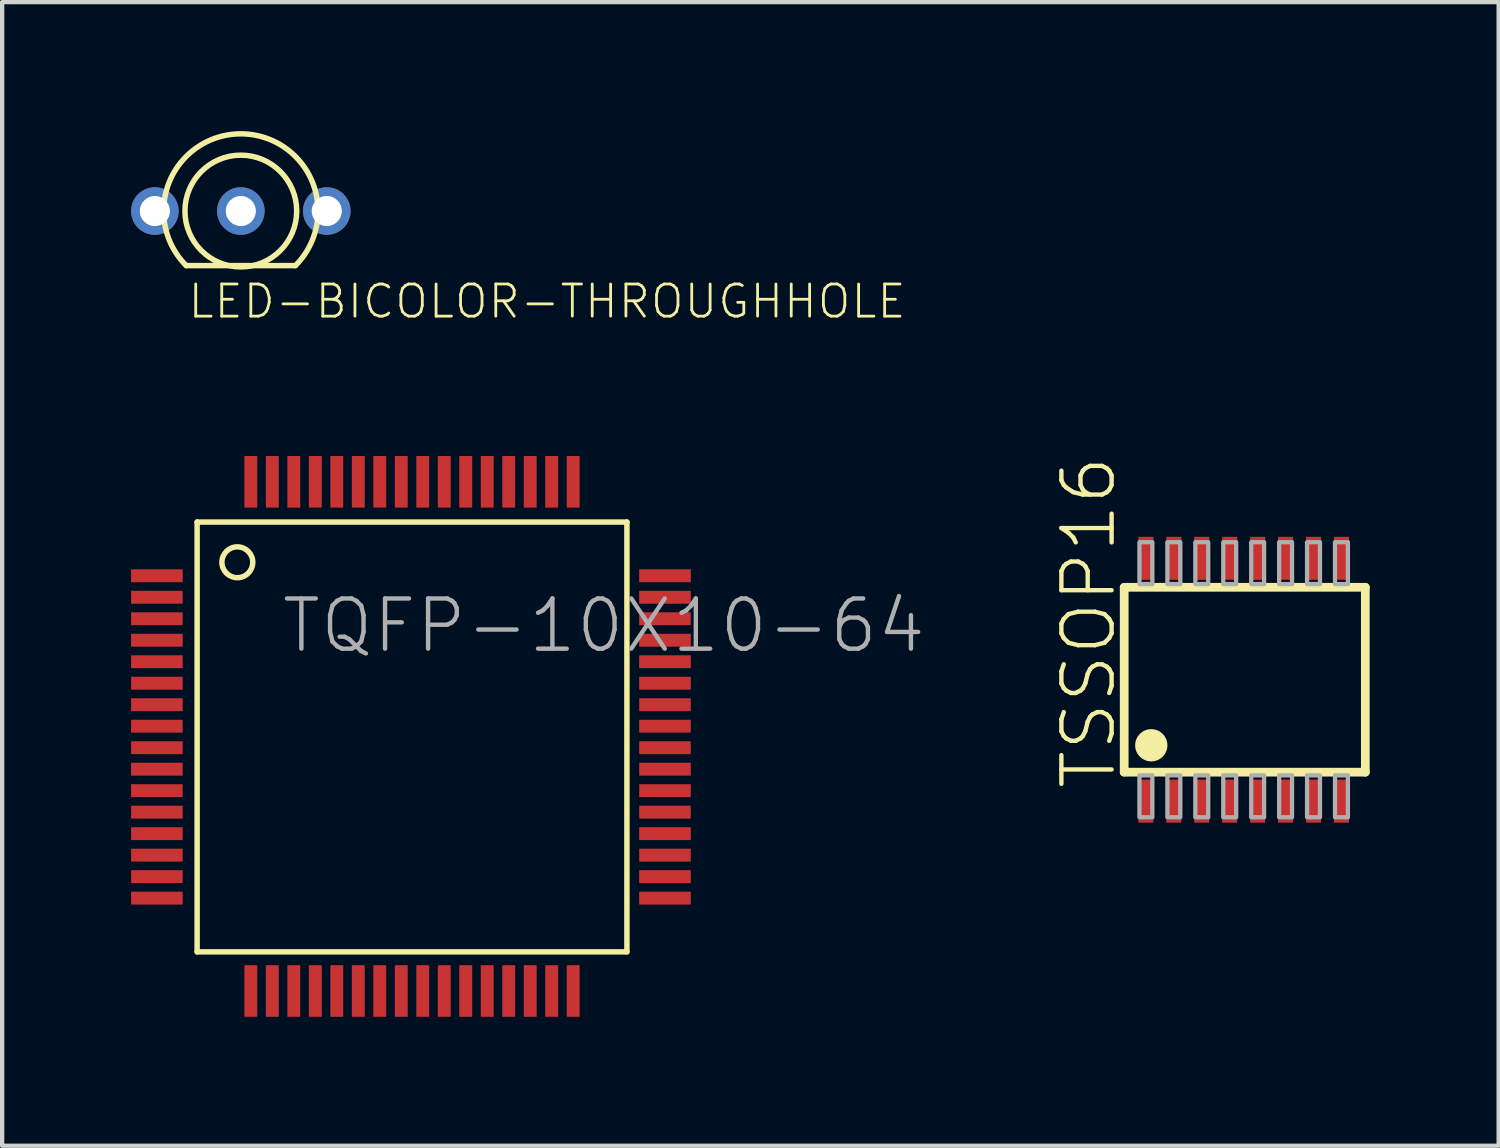
<source format=kicad_pcb>
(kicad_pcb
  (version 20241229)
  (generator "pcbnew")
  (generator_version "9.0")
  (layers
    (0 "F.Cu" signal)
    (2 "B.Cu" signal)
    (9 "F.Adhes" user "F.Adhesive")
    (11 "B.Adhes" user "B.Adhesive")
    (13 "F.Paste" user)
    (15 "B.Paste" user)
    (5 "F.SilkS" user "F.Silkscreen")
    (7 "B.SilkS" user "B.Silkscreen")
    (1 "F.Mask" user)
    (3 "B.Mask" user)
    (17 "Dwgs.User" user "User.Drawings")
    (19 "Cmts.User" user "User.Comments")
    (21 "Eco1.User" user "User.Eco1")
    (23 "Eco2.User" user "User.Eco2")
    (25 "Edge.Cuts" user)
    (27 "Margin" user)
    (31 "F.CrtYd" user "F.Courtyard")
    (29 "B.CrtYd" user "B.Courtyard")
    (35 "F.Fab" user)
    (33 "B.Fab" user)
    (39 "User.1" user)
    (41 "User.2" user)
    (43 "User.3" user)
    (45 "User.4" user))
  (footprint "LED-BICOLOR-THROUGHHOLE"
    (layer "F.Cu")
    (at 2.553 1.86)
    (property "Reference" "LED-BICOLOR-THROUGHHOLE" (at -1.27 2.54 0) (unlocked yes) (layer "F.SilkS") (effects (font (size 0.748 0.748) (thickness 0.065)) (justify left bottom)))
    (fp_line (start -1.27 1.27) (end 1.27 1.27) (stroke (width 0.127) (type solid)) (layer "F.SilkS"))
    (fp_arc (start -1.27 1.27) (mid 0 -1.796051) (end 1.27 1.27) (stroke (width 0.127) (type solid)) (layer "F.SilkS"))
    (fp_circle (center 0 0) (end 1.3 0) (stroke (width 0.127) (type solid)) (fill no) (layer "F.SilkS"))
    (pad "1" thru_hole circle (at -2 0) (size 1.106 1.106) (drill 0.7) (layers "*.Cu" "*.Mask"))
    (pad "2" thru_hole circle (at 0 0) (size 1.106 1.106) (drill 0.7) (layers "*.Cu" "*.Mask"))
    (pad "3" thru_hole circle (at 2 0) (size 1.106 1.106) (drill 0.7) (layers "*.Cu" "*.Mask")))
  (footprint "TSSOP16"
    (layer "F.Cu")
    (at 25.561 12.765)
    (property "Reference" "TSSOP16" (at -2.6 2.6 90) (unlocked yes) (layer "F.SilkS") (effects (font (size 1.168 1.168) (thickness 0.102)) (justify left bottom)))
    (fp_line (start -2.455 -2.15) (end 3.155 -2.15) (stroke (width 0.203) (type solid)) (layer "F.SilkS"))
    (fp_line (start -2.455 2.15) (end -2.455 -2.15) (stroke (width 0.203) (type solid)) (layer "F.SilkS"))
    (fp_line (start 3.155 -2.15) (end 3.155 2.15) (stroke (width 0.203) (type solid)) (layer "F.SilkS"))
    (fp_line (start 3.155 2.15) (end -2.455 2.15) (stroke (width 0.203) (type solid)) (layer "F.SilkS"))
    (fp_circle (center -1.825 1.525) (end -1.637 1.525) (stroke (width 0.375) (type solid)) (fill yes) (layer "F.SilkS"))
    (fp_poly (pts (xy -2.1 3.2) (xy -1.8 3.2) (xy -1.8 2.225) (xy -2.1 2.225)) (stroke (width 0.1) (type default)) (fill no) (layer "F.Fab"))
    (fp_poly (pts (xy -1.8 -3.2) (xy -2.1 -3.2) (xy -2.1 -2.225) (xy -1.8 -2.225)) (stroke (width 0.1) (type default)) (fill no) (layer "F.Fab"))
    (fp_poly (pts (xy -1.45 3.2) (xy -1.15 3.2) (xy -1.15 2.225) (xy -1.45 2.225)) (stroke (width 0.1) (type default)) (fill no) (layer "F.Fab"))
    (fp_poly (pts (xy -1.15 -3.2) (xy -1.45 -3.2) (xy -1.45 -2.225) (xy -1.15 -2.225)) (stroke (width 0.1) (type default)) (fill no) (layer "F.Fab"))
    (fp_poly (pts (xy -0.8 3.2) (xy -0.5 3.2) (xy -0.5 2.225) (xy -0.8 2.225)) (stroke (width 0.1) (type default)) (fill no) (layer "F.Fab"))
    (fp_poly (pts (xy -0.5 -3.2) (xy -0.8 -3.2) (xy -0.8 -2.225) (xy -0.5 -2.225)) (stroke (width 0.1) (type default)) (fill no) (layer "F.Fab"))
    (fp_poly (pts (xy -0.15 3.2) (xy 0.15 3.2) (xy 0.15 2.225) (xy -0.15 2.225)) (stroke (width 0.1) (type default)) (fill no) (layer "F.Fab"))
    (fp_poly (pts (xy 0.15 -3.2) (xy -0.15 -3.2) (xy -0.15 -2.225) (xy 0.15 -2.225)) (stroke (width 0.1) (type default)) (fill no) (layer "F.Fab"))
    (fp_poly (pts (xy 0.5 3.2) (xy 0.8 3.2) (xy 0.8 2.225) (xy 0.5 2.225)) (stroke (width 0.1) (type default)) (fill no) (layer "F.Fab"))
    (fp_poly (pts (xy 0.8 -3.2) (xy 0.5 -3.2) (xy 0.5 -2.225) (xy 0.8 -2.225)) (stroke (width 0.1) (type default)) (fill no) (layer "F.Fab"))
    (fp_poly (pts (xy 1.15 3.2) (xy 1.45 3.2) (xy 1.45 2.225) (xy 1.15 2.225)) (stroke (width 0.1) (type default)) (fill no) (layer "F.Fab"))
    (fp_poly (pts (xy 1.45 -3.2) (xy 1.15 -3.2) (xy 1.15 -2.225) (xy 1.45 -2.225)) (stroke (width 0.1) (type default)) (fill no) (layer "F.Fab"))
    (fp_poly (pts (xy 1.8 3.2) (xy 2.1 3.2) (xy 2.1 2.225) (xy 1.8 2.225)) (stroke (width 0.1) (type default)) (fill no) (layer "F.Fab"))
    (fp_poly (pts (xy 2.1 -3.2) (xy 1.8 -3.2) (xy 1.8 -2.225) (xy 2.1 -2.225)) (stroke (width 0.1) (type default)) (fill no) (layer "F.Fab"))
    (fp_poly (pts (xy 2.45 3.2) (xy 2.75 3.2) (xy 2.75 2.225) (xy 2.45 2.225)) (stroke (width 0.1) (type default)) (fill no) (layer "F.Fab"))
    (fp_poly (pts (xy 2.75 -3.2) (xy 2.45 -3.2) (xy 2.45 -2.225) (xy 2.75 -2.225)) (stroke (width 0.1) (type default)) (fill no) (layer "F.Fab"))
    (pad "1" smd rect (at -1.95 2.825) (size 0.35 1) (layers "F.Cu" "F.Mask" "F.Paste"))
    (pad "2" smd rect (at -1.3 2.825) (size 0.35 1) (layers "F.Cu" "F.Mask" "F.Paste"))
    (pad "3" smd rect (at -0.65 2.825) (size 0.35 1) (layers "F.Cu" "F.Mask" "F.Paste"))
    (pad "4" smd rect (at 0 2.825) (size 0.35 1) (layers "F.Cu" "F.Mask" "F.Paste"))
    (pad "5" smd rect (at 0.65 2.825) (size 0.35 1) (layers "F.Cu" "F.Mask" "F.Paste"))
    (pad "6" smd rect (at 1.3 2.825) (size 0.35 1) (layers "F.Cu" "F.Mask" "F.Paste"))
    (pad "7" smd rect (at 1.95 2.825) (size 0.35 1) (layers "F.Cu" "F.Mask" "F.Paste"))
    (pad "8" smd rect (at 2.6 2.825) (size 0.35 1) (layers "F.Cu" "F.Mask" "F.Paste"))
    (pad "9" smd rect (at 2.6 -2.825 180) (size 0.35 1) (layers "F.Cu" "F.Mask" "F.Paste"))
    (pad "10" smd rect (at 1.95 -2.825 180) (size 0.35 1) (layers "F.Cu" "F.Mask" "F.Paste"))
    (pad "11" smd rect (at 1.3 -2.825 180) (size 0.35 1) (layers "F.Cu" "F.Mask" "F.Paste"))
    (pad "12" smd rect (at 0.65 -2.825 180) (size 0.35 1) (layers "F.Cu" "F.Mask" "F.Paste"))
    (pad "13" smd rect (at 0 -2.825 180) (size 0.35 1) (layers "F.Cu" "F.Mask" "F.Paste"))
    (pad "14" smd rect (at -0.65 -2.825 180) (size 0.35 1) (layers "F.Cu" "F.Mask" "F.Paste"))
    (pad "15" smd rect (at -1.3 -2.825 180) (size 0.35 1) (layers "F.Cu" "F.Mask" "F.Paste"))
    (pad "16" smd rect (at -1.95 -2.825 180) (size 0.35 1) (layers "F.Cu" "F.Mask" "F.Paste")))
  (footprint "TQFP-10X10-64"
    (layer "F.Cu")
    (at 6.536 14.096)
    (property "Reference" "TQFP-10X10-64" (at -3.086 -1.906 0) (unlocked yes) (layer "F.Fab") (effects (font (size 1.168 1.168) (thickness 0.102)) (justify left bottom)))
    (fp_line (start -5 -5) (end -5 5) (stroke (width 0.127) (type solid)) (layer "F.SilkS"))
    (fp_line (start -5 5) (end 5 5) (stroke (width 0.127) (type solid)) (layer "F.SilkS"))
    (fp_line (start 5 -5) (end -5 -5) (stroke (width 0.127) (type solid)) (layer "F.SilkS"))
    (fp_line (start 5 5) (end 5 -5) (stroke (width 0.127) (type solid)) (layer "F.SilkS"))
    (fp_circle (center -4.064 -4.064) (end -3.705 -4.064) (stroke (width 0.127) (type solid)) (fill no) (layer "F.SilkS"))
    (pad "1" smd rect (at -5.936 -3.75 270) (size 0.3 1.2) (layers "F.Cu" "F.Mask" "F.Paste"))
    (pad "2" smd rect (at -5.936 -3.25 270) (size 0.3 1.2) (layers "F.Cu" "F.Mask" "F.Paste"))
    (pad "3" smd rect (at -5.936 -2.75 270) (size 0.3 1.2) (layers "F.Cu" "F.Mask" "F.Paste"))
    (pad "4" smd rect (at -5.936 -2.25 270) (size 0.3 1.2) (layers "F.Cu" "F.Mask" "F.Paste"))
    (pad "5" smd rect (at -5.936 -1.75 270) (size 0.3 1.2) (layers "F.Cu" "F.Mask" "F.Paste"))
    (pad "6" smd rect (at -5.936 -1.25 270) (size 0.3 1.2) (layers "F.Cu" "F.Mask" "F.Paste"))
    (pad "7" smd rect (at -5.936 -0.75 270) (size 0.3 1.2) (layers "F.Cu" "F.Mask" "F.Paste"))
    (pad "8" smd rect (at -5.936 -0.25 270) (size 0.3 1.2) (layers "F.Cu" "F.Mask" "F.Paste"))
    (pad "9" smd rect (at -5.936 0.25 270) (size 0.3 1.2) (layers "F.Cu" "F.Mask" "F.Paste"))
    (pad "10" smd rect (at -5.936 0.75 270) (size 0.3 1.2) (layers "F.Cu" "F.Mask" "F.Paste"))
    (pad "11" smd rect (at -5.936 1.25 270) (size 0.3 1.2) (layers "F.Cu" "F.Mask" "F.Paste"))
    (pad "12" smd rect (at -5.936 1.75 270) (size 0.3 1.2) (layers "F.Cu" "F.Mask" "F.Paste"))
    (pad "13" smd rect (at -5.936 2.25 270) (size 0.3 1.2) (layers "F.Cu" "F.Mask" "F.Paste"))
    (pad "14" smd rect (at -5.936 2.75 270) (size 0.3 1.2) (layers "F.Cu" "F.Mask" "F.Paste"))
    (pad "15" smd rect (at -5.936 3.25 270) (size 0.3 1.2) (layers "F.Cu" "F.Mask" "F.Paste"))
    (pad "16" smd rect (at -5.936 3.75 270) (size 0.3 1.2) (layers "F.Cu" "F.Mask" "F.Paste"))
    (pad "17" smd rect (at -3.75 5.911) (size 0.3 1.2) (layers "F.Cu" "F.Mask" "F.Paste"))
    (pad "18" smd rect (at -3.25 5.911) (size 0.3 1.2) (layers "F.Cu" "F.Mask" "F.Paste"))
    (pad "19" smd rect (at -2.75 5.911) (size 0.3 1.2) (layers "F.Cu" "F.Mask" "F.Paste"))
    (pad "20" smd rect (at -2.25 5.911) (size 0.3 1.2) (layers "F.Cu" "F.Mask" "F.Paste"))
    (pad "21" smd rect (at -1.75 5.911) (size 0.3 1.2) (layers "F.Cu" "F.Mask" "F.Paste"))
    (pad "22" smd rect (at -1.25 5.911) (size 0.3 1.2) (layers "F.Cu" "F.Mask" "F.Paste"))
    (pad "23" smd rect (at -0.75 5.911) (size 0.3 1.2) (layers "F.Cu" "F.Mask" "F.Paste"))
    (pad "24" smd rect (at -0.25 5.911) (size 0.3 1.2) (layers "F.Cu" "F.Mask" "F.Paste"))
    (pad "25" smd rect (at 0.25 5.911) (size 0.3 1.2) (layers "F.Cu" "F.Mask" "F.Paste"))
    (pad "26" smd rect (at 0.75 5.911) (size 0.3 1.2) (layers "F.Cu" "F.Mask" "F.Paste"))
    (pad "27" smd rect (at 1.25 5.911) (size 0.3 1.2) (layers "F.Cu" "F.Mask" "F.Paste"))
    (pad "28" smd rect (at 1.75 5.911) (size 0.3 1.2) (layers "F.Cu" "F.Mask" "F.Paste"))
    (pad "29" smd rect (at 2.25 5.911) (size 0.3 1.2) (layers "F.Cu" "F.Mask" "F.Paste"))
    (pad "30" smd rect (at 2.75 5.911) (size 0.3 1.2) (layers "F.Cu" "F.Mask" "F.Paste"))
    (pad "31" smd rect (at 3.25 5.911) (size 0.3 1.2) (layers "F.Cu" "F.Mask" "F.Paste"))
    (pad "32" smd rect (at 3.75 5.911) (size 0.3 1.2) (layers "F.Cu" "F.Mask" "F.Paste"))
    (pad "33" smd rect (at 5.886 3.75 90) (size 0.3 1.2) (layers "F.Cu" "F.Mask" "F.Paste"))
    (pad "34" smd rect (at 5.886 3.25 90) (size 0.3 1.2) (layers "F.Cu" "F.Mask" "F.Paste"))
    (pad "35" smd rect (at 5.886 2.75 90) (size 0.3 1.2) (layers "F.Cu" "F.Mask" "F.Paste"))
    (pad "36" smd rect (at 5.886 2.25 90) (size 0.3 1.2) (layers "F.Cu" "F.Mask" "F.Paste"))
    (pad "37" smd rect (at 5.886 1.75 90) (size 0.3 1.2) (layers "F.Cu" "F.Mask" "F.Paste"))
    (pad "38" smd rect (at 5.886 1.25 90) (size 0.3 1.2) (layers "F.Cu" "F.Mask" "F.Paste"))
    (pad "39" smd rect (at 5.886 0.75 90) (size 0.3 1.2) (layers "F.Cu" "F.Mask" "F.Paste"))
    (pad "40" smd rect (at 5.886 0.25 90) (size 0.3 1.2) (layers "F.Cu" "F.Mask" "F.Paste"))
    (pad "41" smd rect (at 5.886 -0.25 90) (size 0.3 1.2) (layers "F.Cu" "F.Mask" "F.Paste"))
    (pad "42" smd rect (at 5.886 -0.75 90) (size 0.3 1.2) (layers "F.Cu" "F.Mask" "F.Paste"))
    (pad "43" smd rect (at 5.886 -1.25 90) (size 0.3 1.2) (layers "F.Cu" "F.Mask" "F.Paste"))
    (pad "44" smd rect (at 5.886 -1.75 90) (size 0.3 1.2) (layers "F.Cu" "F.Mask" "F.Paste"))
    (pad "45" smd rect (at 5.886 -2.25 90) (size 0.3 1.2) (layers "F.Cu" "F.Mask" "F.Paste"))
    (pad "46" smd rect (at 5.886 -2.75 90) (size 0.3 1.2) (layers "F.Cu" "F.Mask" "F.Paste"))
    (pad "47" smd rect (at 5.886 -3.25 90) (size 0.3 1.2) (layers "F.Cu" "F.Mask" "F.Paste"))
    (pad "48" smd rect (at 5.886 -3.75 90) (size 0.3 1.2) (layers "F.Cu" "F.Mask" "F.Paste"))
    (pad "49" smd rect (at 3.75 -5.936 180) (size 0.3 1.2) (layers "F.Cu" "F.Mask" "F.Paste"))
    (pad "50" smd rect (at 3.25 -5.936 180) (size 0.3 1.2) (layers "F.Cu" "F.Mask" "F.Paste"))
    (pad "51" smd rect (at 2.75 -5.936 180) (size 0.3 1.2) (layers "F.Cu" "F.Mask" "F.Paste"))
    (pad "52" smd rect (at 2.25 -5.936 180) (size 0.3 1.2) (layers "F.Cu" "F.Mask" "F.Paste"))
    (pad "53" smd rect (at 1.75 -5.936 180) (size 0.3 1.2) (layers "F.Cu" "F.Mask" "F.Paste"))
    (pad "54" smd rect (at 1.25 -5.936 180) (size 0.3 1.2) (layers "F.Cu" "F.Mask" "F.Paste"))
    (pad "55" smd rect (at 0.75 -5.936 180) (size 0.3 1.2) (layers "F.Cu" "F.Mask" "F.Paste"))
    (pad "56" smd rect (at 0.25 -5.936 180) (size 0.3 1.2) (layers "F.Cu" "F.Mask" "F.Paste"))
    (pad "57" smd rect (at -0.25 -5.936 180) (size 0.3 1.2) (layers "F.Cu" "F.Mask" "F.Paste"))
    (pad "58" smd rect (at -0.75 -5.936 180) (size 0.3 1.2) (layers "F.Cu" "F.Mask" "F.Paste"))
    (pad "59" smd rect (at -1.25 -5.936 180) (size 0.3 1.2) (layers "F.Cu" "F.Mask" "F.Paste"))
    (pad "60" smd rect (at -1.75 -5.936 180) (size 0.3 1.2) (layers "F.Cu" "F.Mask" "F.Paste"))
    (pad "61" smd rect (at -2.25 -5.936 180) (size 0.3 1.2) (layers "F.Cu" "F.Mask" "F.Paste"))
    (pad "62" smd rect (at -2.75 -5.936 180) (size 0.3 1.2) (layers "F.Cu" "F.Mask" "F.Paste"))
    (pad "63" smd rect (at -3.25 -5.936 180) (size 0.3 1.2) (layers "F.Cu" "F.Mask" "F.Paste"))
    (pad "64" smd rect (at -3.75 -5.936 180) (size 0.3 1.2) (layers "F.Cu" "F.Mask" "F.Paste")))
  (gr_rect
    (start -3 -3)
    (end 31.818 23.607)
    (stroke (width 0.1) (type default))
    (fill no)
    (layer "Edge.Cuts")))
</source>
